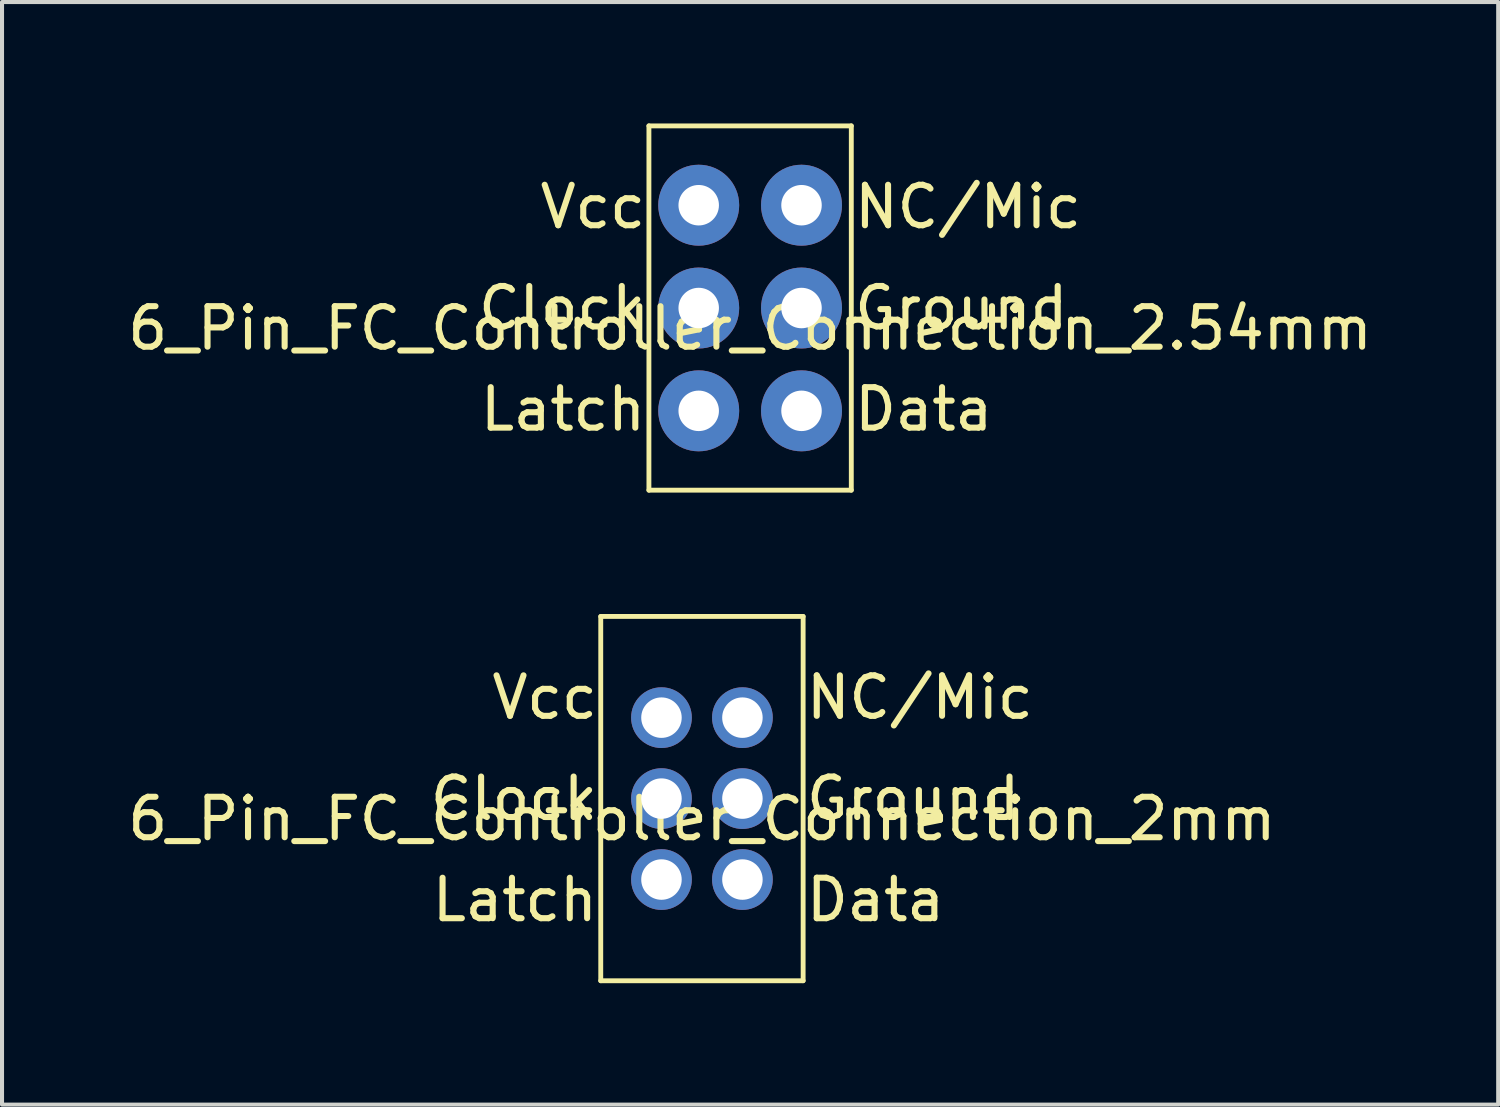
<source format=kicad_pcb>
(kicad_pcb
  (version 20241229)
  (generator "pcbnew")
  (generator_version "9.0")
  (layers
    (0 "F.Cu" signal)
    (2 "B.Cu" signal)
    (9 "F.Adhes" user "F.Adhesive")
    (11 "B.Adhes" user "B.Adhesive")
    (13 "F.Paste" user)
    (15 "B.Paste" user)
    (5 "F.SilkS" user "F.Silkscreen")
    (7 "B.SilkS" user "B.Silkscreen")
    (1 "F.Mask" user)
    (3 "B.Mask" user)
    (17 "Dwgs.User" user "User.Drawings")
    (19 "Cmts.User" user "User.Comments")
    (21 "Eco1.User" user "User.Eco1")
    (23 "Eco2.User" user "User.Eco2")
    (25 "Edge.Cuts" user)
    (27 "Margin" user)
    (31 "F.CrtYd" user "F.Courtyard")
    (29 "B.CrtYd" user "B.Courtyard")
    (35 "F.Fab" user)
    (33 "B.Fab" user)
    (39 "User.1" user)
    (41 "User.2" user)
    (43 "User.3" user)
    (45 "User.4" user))
  (footprint "6_Pin_FC_Controller_Connection_2mm"
    (layer "F.Cu")
    (at 14.292 16.68)
    (property "Reference" "6_Pin_FC_Controller_Connection_2mm" (at 0 0.5 0) (layer "F.SilkS") (effects (font (size 1 1) (thickness 0.15))))
    (attr through_hole)
    (fp_line (start -2.5 -4.5) (end -2.5 4.5) (stroke (width 0.12) (type solid)) (layer "F.SilkS"))
    (fp_line (start -2.5 4.5) (end 2.5 4.5) (stroke (width 0.12) (type solid)) (layer "F.SilkS"))
    (fp_line (start 2.5 -4.5) (end -2.5 -4.5) (stroke (width 0.12) (type solid)) (layer "F.SilkS"))
    (fp_line (start 2.5 4.5) (end 2.5 -4.5) (stroke (width 0.12) (type solid)) (layer "F.SilkS"))
    (fp_text user "Clock" (at -2.5 0 0) (layer "F.SilkS") (effects (font (size 1 1) (thickness 0.15)) (justify right)))
    (fp_text user "NC/Mic" (at 2.5 -2.5 0) (layer "F.SilkS") (effects (font (size 1 1) (thickness 0.15)) (justify left)))
    (fp_text user "Latch" (at -2.5 2.5 0) (layer "F.SilkS") (effects (font (size 1 1) (thickness 0.15)) (justify right)))
    (fp_text user "Ground" (at 2.5 0 0) (layer "F.SilkS") (effects (font (size 1 1) (thickness 0.15)) (justify left)))
    (fp_text user "Data" (at 2.5 2.5 0) (layer "F.SilkS") (effects (font (size 1 1) (thickness 0.15)) (justify left)))
    (fp_text user "Vcc" (at -2.5 -2.5 0) (layer "F.SilkS") (effects (font (size 1 1) (thickness 0.15)) (justify right)))
    (pad "1" thru_hole circle (at -1 -2) (size 1.5 1.5) (drill 1) (layers "*.Cu" "*.Mask"))
    (pad "2" thru_hole circle (at -1 0) (size 1.5 1.5) (drill 1) (layers "*.Cu" "*.Mask"))
    (pad "3" thru_hole circle (at -1 2) (size 1.5 1.5) (drill 1) (layers "*.Cu" "*.Mask"))
    (pad "4" thru_hole circle (at 1 2) (size 1.5 1.5) (drill 1) (layers "*.Cu" "*.Mask"))
    (pad "5" thru_hole circle (at 1 0) (size 1.5 1.5) (drill 1) (layers "*.Cu" "*.Mask"))
    (pad "6" thru_hole circle (at 1 -2) (size 1.5 1.5) (drill 1) (layers "*.Cu" "*.Mask")))
  (footprint "6_Pin_FC_Controller_Connection_2.54mm"
    (layer "F.Cu")
    (at 15.482 4.56)
    (property "Reference" "6_Pin_FC_Controller_Connection_2.54mm" (at 0 0.5 0) (layer "F.SilkS") (effects (font (size 1 1) (thickness 0.15))))
    (attr through_hole)
    (fp_line (start -2.5 -4.5) (end -2.5 4.5) (stroke (width 0.12) (type solid)) (layer "F.SilkS"))
    (fp_line (start -2.5 4.5) (end 2.5 4.5) (stroke (width 0.12) (type solid)) (layer "F.SilkS"))
    (fp_line (start 2.5 -4.5) (end -2.5 -4.5) (stroke (width 0.12) (type solid)) (layer "F.SilkS"))
    (fp_line (start 2.5 4.5) (end 2.5 -4.5) (stroke (width 0.12) (type solid)) (layer "F.SilkS"))
    (fp_text user "NC/Mic" (at 2.5 -2.5 0) (layer "F.SilkS") (effects (font (size 1 1) (thickness 0.15)) (justify left)))
    (fp_text user "Ground" (at 2.5 0 0) (layer "F.SilkS") (effects (font (size 1 1) (thickness 0.15)) (justify left)))
    (fp_text user "Clock" (at -2.5 0 0) (layer "F.SilkS") (effects (font (size 1 1) (thickness 0.15)) (justify right)))
    (fp_text user "Data" (at 2.5 2.5 0) (layer "F.SilkS") (effects (font (size 1 1) (thickness 0.15)) (justify left)))
    (fp_text user "Latch" (at -2.5 2.5 0) (layer "F.SilkS") (effects (font (size 1 1) (thickness 0.15)) (justify right)))
    (fp_text user "Vcc" (at -2.5 -2.5 0) (layer "F.SilkS") (effects (font (size 1 1) (thickness 0.15)) (justify right)))
    (pad "1" thru_hole circle (at -1.27 -2.54) (size 2 2) (drill 1) (layers "*.Cu" "*.Mask"))
    (pad "2" thru_hole circle (at -1.27 0) (size 2 2) (drill 1) (layers "*.Cu" "*.Mask"))
    (pad "3" thru_hole circle (at -1.27 2.54) (size 2 2) (drill 1) (layers "*.Cu" "*.Mask"))
    (pad "4" thru_hole circle (at 1.27 2.54) (size 2 2) (drill 1) (layers "*.Cu" "*.Mask"))
    (pad "5" thru_hole circle (at 1.27 0) (size 2 2) (drill 1) (layers "*.Cu" "*.Mask"))
    (pad "6" thru_hole circle (at 1.27 -2.54) (size 2 2) (drill 1) (layers "*.Cu" "*.Mask")))
  (gr_rect
    (start -3 -3)
    (end 33.964 24.24)
    (stroke (width 0.1) (type default))
    (fill no)
    (layer "Edge.Cuts")))
</source>
